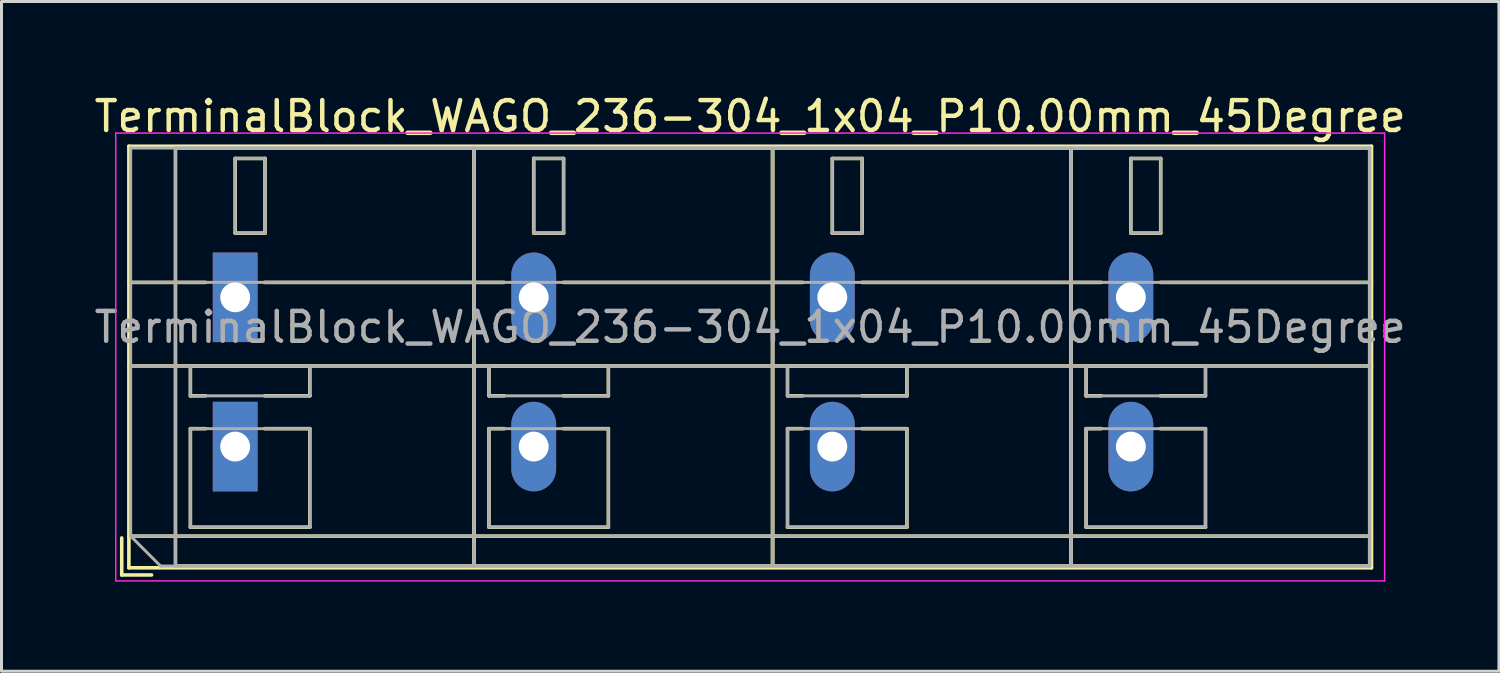
<source format=kicad_pcb>
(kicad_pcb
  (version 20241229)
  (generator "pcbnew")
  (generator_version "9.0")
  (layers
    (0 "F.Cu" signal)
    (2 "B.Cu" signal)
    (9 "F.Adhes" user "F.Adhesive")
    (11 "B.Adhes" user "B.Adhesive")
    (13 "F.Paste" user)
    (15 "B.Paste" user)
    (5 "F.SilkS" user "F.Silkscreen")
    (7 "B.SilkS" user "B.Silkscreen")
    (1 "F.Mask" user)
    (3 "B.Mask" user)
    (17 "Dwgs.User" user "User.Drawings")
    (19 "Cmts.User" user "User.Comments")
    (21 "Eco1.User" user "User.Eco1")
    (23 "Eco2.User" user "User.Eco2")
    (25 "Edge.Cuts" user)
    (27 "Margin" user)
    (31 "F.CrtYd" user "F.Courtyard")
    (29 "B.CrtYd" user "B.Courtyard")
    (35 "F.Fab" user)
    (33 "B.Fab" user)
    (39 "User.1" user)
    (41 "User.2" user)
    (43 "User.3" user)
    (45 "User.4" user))
  (footprint "TerminalBlock_WAGO_236-304_1x04_P10.00mm_45Degree"
    (layer "F.Cu")
    (at 4.827 11.908)
    (property "Reference" "TerminalBlock_WAGO_236-304_1x04_P10.00mm_45Degree" (at 17.25 -11.06 0) (layer "F.SilkS") (effects (font (size 1 1) (thickness 0.15))))
    (attr through_hole)
    (fp_line (start -3.8 3.06) (end -3.8 4.3) (stroke (width 0.12) (type solid)) (layer "F.SilkS"))
    (fp_line (start -3.8 4.3) (end -2.8 4.3) (stroke (width 0.12) (type solid)) (layer "F.SilkS"))
    (fp_line (start -3.56 -10.06) (end -3.56 4.06) (stroke (width 0.12) (type solid)) (layer "F.SilkS"))
    (fp_line (start -3.56 -10.06) (end 38.06 -10.06) (stroke (width 0.12) (type solid)) (layer "F.SilkS"))
    (fp_line (start -3.56 -5.5) (end -0.99 -5.5) (stroke (width 0.12) (type solid)) (layer "F.SilkS"))
    (fp_line (start -3.56 -2.7) (end 38.06 -2.7) (stroke (width 0.12) (type solid)) (layer "F.SilkS"))
    (fp_line (start -3.56 3) (end 38.06 3) (stroke (width 0.12) (type solid)) (layer "F.SilkS"))
    (fp_line (start -3.56 4.06) (end 38.06 4.06) (stroke (width 0.12) (type solid)) (layer "F.SilkS"))
    (fp_line (start -2 -10) (end -2 4) (stroke (width 0.12) (type solid)) (layer "F.SilkS"))
    (fp_line (start -2 -10) (end 8 -10) (stroke (width 0.12) (type solid)) (layer "F.SilkS"))
    (fp_line (start -2 4) (end 8 4) (stroke (width 0.12) (type solid)) (layer "F.SilkS"))
    (fp_line (start -1.5 -2.7) (end -1.5 -1.701) (stroke (width 0.12) (type solid)) (layer "F.SilkS"))
    (fp_line (start -1.5 -2.7) (end 2.5 -2.7) (stroke (width 0.12) (type solid)) (layer "F.SilkS"))
    (fp_line (start -1.5 -1.701) (end -0.99 -1.701) (stroke (width 0.12) (type solid)) (layer "F.SilkS"))
    (fp_line (start -1.5 -0.6) (end -1.5 2.7) (stroke (width 0.12) (type solid)) (layer "F.SilkS"))
    (fp_line (start -1.5 -0.6) (end -0.99 -0.6) (stroke (width 0.12) (type solid)) (layer "F.SilkS"))
    (fp_line (start -1.5 2.7) (end 2.5 2.7) (stroke (width 0.12) (type solid)) (layer "F.SilkS"))
    (fp_line (start 0 -9.65) (end 0 -7.15) (stroke (width 0.12) (type solid)) (layer "F.SilkS"))
    (fp_line (start 0 -9.65) (end 1 -9.65) (stroke (width 0.12) (type solid)) (layer "F.SilkS"))
    (fp_line (start 0 -7.15) (end 1 -7.15) (stroke (width 0.12) (type solid)) (layer "F.SilkS"))
    (fp_line (start 0.99 -5.5) (end 9.01 -5.5) (stroke (width 0.12) (type solid)) (layer "F.SilkS"))
    (fp_line (start 0.99 -1.701) (end 2.5 -1.701) (stroke (width 0.12) (type solid)) (layer "F.SilkS"))
    (fp_line (start 0.99 -0.6) (end 2.5 -0.6) (stroke (width 0.12) (type solid)) (layer "F.SilkS"))
    (fp_line (start 1 -9.65) (end 1 -7.15) (stroke (width 0.12) (type solid)) (layer "F.SilkS"))
    (fp_line (start 2.5 -2.7) (end 2.5 -1.701) (stroke (width 0.12) (type solid)) (layer "F.SilkS"))
    (fp_line (start 2.5 -0.6) (end 2.5 2.7) (stroke (width 0.12) (type solid)) (layer "F.SilkS"))
    (fp_line (start 8 -10) (end 8 4) (stroke (width 0.12) (type solid)) (layer "F.SilkS"))
    (fp_line (start 8 -10) (end 8 4) (stroke (width 0.12) (type solid)) (layer "F.SilkS"))
    (fp_line (start 8 -10) (end 18 -10) (stroke (width 0.12) (type solid)) (layer "F.SilkS"))
    (fp_line (start 8 4) (end 18 4) (stroke (width 0.12) (type solid)) (layer "F.SilkS"))
    (fp_line (start 8.5 -2.7) (end 8.5 -1.701) (stroke (width 0.12) (type solid)) (layer "F.SilkS"))
    (fp_line (start 8.5 -2.7) (end 12.5 -2.7) (stroke (width 0.12) (type solid)) (layer "F.SilkS"))
    (fp_line (start 8.5 -1.701) (end 9.01 -1.701) (stroke (width 0.12) (type solid)) (layer "F.SilkS"))
    (fp_line (start 8.5 -0.6) (end 8.5 2.7) (stroke (width 0.12) (type solid)) (layer "F.SilkS"))
    (fp_line (start 8.5 -0.6) (end 9.01 -0.6) (stroke (width 0.12) (type solid)) (layer "F.SilkS"))
    (fp_line (start 8.5 2.7) (end 12.5 2.7) (stroke (width 0.12) (type solid)) (layer "F.SilkS"))
    (fp_line (start 10 -9.65) (end 10 -7.15) (stroke (width 0.12) (type solid)) (layer "F.SilkS"))
    (fp_line (start 10 -9.65) (end 11 -9.65) (stroke (width 0.12) (type solid)) (layer "F.SilkS"))
    (fp_line (start 10 -7.15) (end 11 -7.15) (stroke (width 0.12) (type solid)) (layer "F.SilkS"))
    (fp_line (start 10.99 -5.5) (end 19.01 -5.5) (stroke (width 0.12) (type solid)) (layer "F.SilkS"))
    (fp_line (start 10.99 -1.701) (end 12.5 -1.701) (stroke (width 0.12) (type solid)) (layer "F.SilkS"))
    (fp_line (start 10.99 -0.6) (end 12.5 -0.6) (stroke (width 0.12) (type solid)) (layer "F.SilkS"))
    (fp_line (start 11 -9.65) (end 11 -7.15) (stroke (width 0.12) (type solid)) (layer "F.SilkS"))
    (fp_line (start 12.5 -2.7) (end 12.5 -1.701) (stroke (width 0.12) (type solid)) (layer "F.SilkS"))
    (fp_line (start 12.5 -0.6) (end 12.5 2.7) (stroke (width 0.12) (type solid)) (layer "F.SilkS"))
    (fp_line (start 18 -10) (end 18 4) (stroke (width 0.12) (type solid)) (layer "F.SilkS"))
    (fp_line (start 18 -10) (end 18 4) (stroke (width 0.12) (type solid)) (layer "F.SilkS"))
    (fp_line (start 18 -10) (end 28 -10) (stroke (width 0.12) (type solid)) (layer "F.SilkS"))
    (fp_line (start 18 4) (end 28 4) (stroke (width 0.12) (type solid)) (layer "F.SilkS"))
    (fp_line (start 18.5 -2.7) (end 18.5 -1.701) (stroke (width 0.12) (type solid)) (layer "F.SilkS"))
    (fp_line (start 18.5 -2.7) (end 22.5 -2.7) (stroke (width 0.12) (type solid)) (layer "F.SilkS"))
    (fp_line (start 18.5 -1.701) (end 19.01 -1.701) (stroke (width 0.12) (type solid)) (layer "F.SilkS"))
    (fp_line (start 18.5 -0.6) (end 18.5 2.7) (stroke (width 0.12) (type solid)) (layer "F.SilkS"))
    (fp_line (start 18.5 -0.6) (end 19.01 -0.6) (stroke (width 0.12) (type solid)) (layer "F.SilkS"))
    (fp_line (start 18.5 2.7) (end 22.5 2.7) (stroke (width 0.12) (type solid)) (layer "F.SilkS"))
    (fp_line (start 20 -9.65) (end 20 -7.15) (stroke (width 0.12) (type solid)) (layer "F.SilkS"))
    (fp_line (start 20 -9.65) (end 21 -9.65) (stroke (width 0.12) (type solid)) (layer "F.SilkS"))
    (fp_line (start 20 -7.15) (end 21 -7.15) (stroke (width 0.12) (type solid)) (layer "F.SilkS"))
    (fp_line (start 20.99 -5.5) (end 29.01 -5.5) (stroke (width 0.12) (type solid)) (layer "F.SilkS"))
    (fp_line (start 20.99 -1.701) (end 22.5 -1.701) (stroke (width 0.12) (type solid)) (layer "F.SilkS"))
    (fp_line (start 20.99 -0.6) (end 22.5 -0.6) (stroke (width 0.12) (type solid)) (layer "F.SilkS"))
    (fp_line (start 21 -9.65) (end 21 -7.15) (stroke (width 0.12) (type solid)) (layer "F.SilkS"))
    (fp_line (start 22.5 -2.7) (end 22.5 -1.701) (stroke (width 0.12) (type solid)) (layer "F.SilkS"))
    (fp_line (start 22.5 -0.6) (end 22.5 2.7) (stroke (width 0.12) (type solid)) (layer "F.SilkS"))
    (fp_line (start 28 -10) (end 28 4) (stroke (width 0.12) (type solid)) (layer "F.SilkS"))
    (fp_line (start 28 -10) (end 28 4) (stroke (width 0.12) (type solid)) (layer "F.SilkS"))
    (fp_line (start 28 -10) (end 38 -10) (stroke (width 0.12) (type solid)) (layer "F.SilkS"))
    (fp_line (start 28 4) (end 38 4) (stroke (width 0.12) (type solid)) (layer "F.SilkS"))
    (fp_line (start 28.5 -2.7) (end 28.5 -1.701) (stroke (width 0.12) (type solid)) (layer "F.SilkS"))
    (fp_line (start 28.5 -2.7) (end 32.5 -2.7) (stroke (width 0.12) (type solid)) (layer "F.SilkS"))
    (fp_line (start 28.5 -1.701) (end 29.01 -1.701) (stroke (width 0.12) (type solid)) (layer "F.SilkS"))
    (fp_line (start 28.5 -0.6) (end 28.5 2.7) (stroke (width 0.12) (type solid)) (layer "F.SilkS"))
    (fp_line (start 28.5 -0.6) (end 29.01 -0.6) (stroke (width 0.12) (type solid)) (layer "F.SilkS"))
    (fp_line (start 28.5 2.7) (end 32.5 2.7) (stroke (width 0.12) (type solid)) (layer "F.SilkS"))
    (fp_line (start 30 -9.65) (end 30 -7.15) (stroke (width 0.12) (type solid)) (layer "F.SilkS"))
    (fp_line (start 30 -9.65) (end 31 -9.65) (stroke (width 0.12) (type solid)) (layer "F.SilkS"))
    (fp_line (start 30 -7.15) (end 31 -7.15) (stroke (width 0.12) (type solid)) (layer "F.SilkS"))
    (fp_line (start 30.99 -5.5) (end 38.06 -5.5) (stroke (width 0.12) (type solid)) (layer "F.SilkS"))
    (fp_line (start 30.99 -1.701) (end 32.5 -1.701) (stroke (width 0.12) (type solid)) (layer "F.SilkS"))
    (fp_line (start 30.99 -0.6) (end 32.5 -0.6) (stroke (width 0.12) (type solid)) (layer "F.SilkS"))
    (fp_line (start 31 -9.65) (end 31 -7.15) (stroke (width 0.12) (type solid)) (layer "F.SilkS"))
    (fp_line (start 32.5 -2.7) (end 32.5 -1.701) (stroke (width 0.12) (type solid)) (layer "F.SilkS"))
    (fp_line (start 32.5 -0.6) (end 32.5 2.7) (stroke (width 0.12) (type solid)) (layer "F.SilkS"))
    (fp_line (start 38 -10) (end 38 4) (stroke (width 0.12) (type solid)) (layer "F.SilkS"))
    (fp_line (start 38.06 -10.06) (end 38.06 4.06) (stroke (width 0.12) (type solid)) (layer "F.SilkS"))
    (fp_line (start -4 -10.5) (end -4 4.5) (stroke (width 0.05) (type solid)) (layer "F.CrtYd"))
    (fp_line (start -4 4.5) (end 38.5 4.5) (stroke (width 0.05) (type solid)) (layer "F.CrtYd"))
    (fp_line (start 38.5 -10.5) (end -4 -10.5) (stroke (width 0.05) (type solid)) (layer "F.CrtYd"))
    (fp_line (start 38.5 4.5) (end 38.5 -10.5) (stroke (width 0.05) (type solid)) (layer "F.CrtYd"))
    (fp_line (start -3.5 -10) (end 38 -10) (stroke (width 0.1) (type solid)) (layer "F.Fab"))
    (fp_line (start -3.5 -5.5) (end 38 -5.5) (stroke (width 0.1) (type solid)) (layer "F.Fab"))
    (fp_line (start -3.5 -2.7) (end 38 -2.7) (stroke (width 0.1) (type solid)) (layer "F.Fab"))
    (fp_line (start -3.5 3) (end -3.5 -10) (stroke (width 0.1) (type solid)) (layer "F.Fab"))
    (fp_line (start -3.5 3) (end 38 3) (stroke (width 0.1) (type solid)) (layer "F.Fab"))
    (fp_line (start -2.5 4) (end -3.5 3) (stroke (width 0.1) (type solid)) (layer "F.Fab"))
    (fp_line (start -2 -10) (end -2 4) (stroke (width 0.1) (type solid)) (layer "F.Fab"))
    (fp_line (start -2 4) (end 8 4) (stroke (width 0.1) (type solid)) (layer "F.Fab"))
    (fp_line (start -1.5 -2.7) (end -1.5 -1.7) (stroke (width 0.1) (type solid)) (layer "F.Fab"))
    (fp_line (start -1.5 -1.7) (end 2.5 -1.7) (stroke (width 0.1) (type solid)) (layer "F.Fab"))
    (fp_line (start -1.5 -0.6) (end -1.5 2.7) (stroke (width 0.1) (type solid)) (layer "F.Fab"))
    (fp_line (start -1.5 2.7) (end 2.5 2.7) (stroke (width 0.1) (type solid)) (layer "F.Fab"))
    (fp_line (start 0 -9.65) (end 0 -7.15) (stroke (width 0.1) (type solid)) (layer "F.Fab"))
    (fp_line (start 0 -7.15) (end 1 -7.15) (stroke (width 0.1) (type solid)) (layer "F.Fab"))
    (fp_line (start 1 -9.65) (end 0 -9.65) (stroke (width 0.1) (type solid)) (layer "F.Fab"))
    (fp_line (start 1 -7.15) (end 1 -9.65) (stroke (width 0.1) (type solid)) (layer "F.Fab"))
    (fp_line (start 2.5 -2.7) (end -1.5 -2.7) (stroke (width 0.1) (type solid)) (layer "F.Fab"))
    (fp_line (start 2.5 -1.7) (end 2.5 -2.7) (stroke (width 0.1) (type solid)) (layer "F.Fab"))
    (fp_line (start 2.5 -0.6) (end -1.5 -0.6) (stroke (width 0.1) (type solid)) (layer "F.Fab"))
    (fp_line (start 2.5 2.7) (end 2.5 -0.6) (stroke (width 0.1) (type solid)) (layer "F.Fab"))
    (fp_line (start 8 -10) (end -2 -10) (stroke (width 0.1) (type solid)) (layer "F.Fab"))
    (fp_line (start 8 -10) (end 8 4) (stroke (width 0.1) (type solid)) (layer "F.Fab"))
    (fp_line (start 8 4) (end 8 -10) (stroke (width 0.1) (type solid)) (layer "F.Fab"))
    (fp_line (start 8 4) (end 18 4) (stroke (width 0.1) (type solid)) (layer "F.Fab"))
    (fp_line (start 8.5 -2.7) (end 8.5 -1.7) (stroke (width 0.1) (type solid)) (layer "F.Fab"))
    (fp_line (start 8.5 -1.7) (end 12.5 -1.7) (stroke (width 0.1) (type solid)) (layer "F.Fab"))
    (fp_line (start 8.5 -0.6) (end 8.5 2.7) (stroke (width 0.1) (type solid)) (layer "F.Fab"))
    (fp_line (start 8.5 2.7) (end 12.5 2.7) (stroke (width 0.1) (type solid)) (layer "F.Fab"))
    (fp_line (start 10 -9.65) (end 10 -7.15) (stroke (width 0.1) (type solid)) (layer "F.Fab"))
    (fp_line (start 10 -7.15) (end 11 -7.15) (stroke (width 0.1) (type solid)) (layer "F.Fab"))
    (fp_line (start 11 -9.65) (end 10 -9.65) (stroke (width 0.1) (type solid)) (layer "F.Fab"))
    (fp_line (start 11 -7.15) (end 11 -9.65) (stroke (width 0.1) (type solid)) (layer "F.Fab"))
    (fp_line (start 12.5 -2.7) (end 8.5 -2.7) (stroke (width 0.1) (type solid)) (layer "F.Fab"))
    (fp_line (start 12.5 -1.7) (end 12.5 -2.7) (stroke (width 0.1) (type solid)) (layer "F.Fab"))
    (fp_line (start 12.5 -0.6) (end 8.5 -0.6) (stroke (width 0.1) (type solid)) (layer "F.Fab"))
    (fp_line (start 12.5 2.7) (end 12.5 -0.6) (stroke (width 0.1) (type solid)) (layer "F.Fab"))
    (fp_line (start 18 -10) (end 8 -10) (stroke (width 0.1) (type solid)) (layer "F.Fab"))
    (fp_line (start 18 -10) (end 18 4) (stroke (width 0.1) (type solid)) (layer "F.Fab"))
    (fp_line (start 18 4) (end 18 -10) (stroke (width 0.1) (type solid)) (layer "F.Fab"))
    (fp_line (start 18 4) (end 28 4) (stroke (width 0.1) (type solid)) (layer "F.Fab"))
    (fp_line (start 18.5 -2.7) (end 18.5 -1.7) (stroke (width 0.1) (type solid)) (layer "F.Fab"))
    (fp_line (start 18.5 -1.7) (end 22.5 -1.7) (stroke (width 0.1) (type solid)) (layer "F.Fab"))
    (fp_line (start 18.5 -0.6) (end 18.5 2.7) (stroke (width 0.1) (type solid)) (layer "F.Fab"))
    (fp_line (start 18.5 2.7) (end 22.5 2.7) (stroke (width 0.1) (type solid)) (layer "F.Fab"))
    (fp_line (start 20 -9.65) (end 20 -7.15) (stroke (width 0.1) (type solid)) (layer "F.Fab"))
    (fp_line (start 20 -7.15) (end 21 -7.15) (stroke (width 0.1) (type solid)) (layer "F.Fab"))
    (fp_line (start 21 -9.65) (end 20 -9.65) (stroke (width 0.1) (type solid)) (layer "F.Fab"))
    (fp_line (start 21 -7.15) (end 21 -9.65) (stroke (width 0.1) (type solid)) (layer "F.Fab"))
    (fp_line (start 22.5 -2.7) (end 18.5 -2.7) (stroke (width 0.1) (type solid)) (layer "F.Fab"))
    (fp_line (start 22.5 -1.7) (end 22.5 -2.7) (stroke (width 0.1) (type solid)) (layer "F.Fab"))
    (fp_line (start 22.5 -0.6) (end 18.5 -0.6) (stroke (width 0.1) (type solid)) (layer "F.Fab"))
    (fp_line (start 22.5 2.7) (end 22.5 -0.6) (stroke (width 0.1) (type solid)) (layer "F.Fab"))
    (fp_line (start 28 -10) (end 18 -10) (stroke (width 0.1) (type solid)) (layer "F.Fab"))
    (fp_line (start 28 -10) (end 28 4) (stroke (width 0.1) (type solid)) (layer "F.Fab"))
    (fp_line (start 28 4) (end 28 -10) (stroke (width 0.1) (type solid)) (layer "F.Fab"))
    (fp_line (start 28 4) (end 38 4) (stroke (width 0.1) (type solid)) (layer "F.Fab"))
    (fp_line (start 28.5 -2.7) (end 28.5 -1.7) (stroke (width 0.1) (type solid)) (layer "F.Fab"))
    (fp_line (start 28.5 -1.7) (end 32.5 -1.7) (stroke (width 0.1) (type solid)) (layer "F.Fab"))
    (fp_line (start 28.5 -0.6) (end 28.5 2.7) (stroke (width 0.1) (type solid)) (layer "F.Fab"))
    (fp_line (start 28.5 2.7) (end 32.5 2.7) (stroke (width 0.1) (type solid)) (layer "F.Fab"))
    (fp_line (start 30 -9.65) (end 30 -7.15) (stroke (width 0.1) (type solid)) (layer "F.Fab"))
    (fp_line (start 30 -7.15) (end 31 -7.15) (stroke (width 0.1) (type solid)) (layer "F.Fab"))
    (fp_line (start 31 -9.65) (end 30 -9.65) (stroke (width 0.1) (type solid)) (layer "F.Fab"))
    (fp_line (start 31 -7.15) (end 31 -9.65) (stroke (width 0.1) (type solid)) (layer "F.Fab"))
    (fp_line (start 32.5 -2.7) (end 28.5 -2.7) (stroke (width 0.1) (type solid)) (layer "F.Fab"))
    (fp_line (start 32.5 -1.7) (end 32.5 -2.7) (stroke (width 0.1) (type solid)) (layer "F.Fab"))
    (fp_line (start 32.5 -0.6) (end 28.5 -0.6) (stroke (width 0.1) (type solid)) (layer "F.Fab"))
    (fp_line (start 32.5 2.7) (end 32.5 -0.6) (stroke (width 0.1) (type solid)) (layer "F.Fab"))
    (fp_line (start 38 -10) (end 28 -10) (stroke (width 0.1) (type solid)) (layer "F.Fab"))
    (fp_line (start 38 -10) (end 38 4) (stroke (width 0.1) (type solid)) (layer "F.Fab"))
    (fp_line (start 38 4) (end -2.5 4) (stroke (width 0.1) (type solid)) (layer "F.Fab"))
    (fp_line (start 38 4) (end 38 -10) (stroke (width 0.1) (type solid)) (layer "F.Fab"))
    (fp_text user "${REFERENCE}" (at 17.25 -4 0) (layer "F.Fab") (effects (font (size 1 1) (thickness 0.15))))
    (pad "1" thru_hole rect (at 0 -5) (size 1.5 3) (drill 1) (layers "*.Cu" "*.Mask"))
    (pad "1" thru_hole rect (at 0 0) (size 1.5 3) (drill 1) (layers "*.Cu" "*.Mask"))
    (pad "2" thru_hole oval (at 10 -5) (size 1.5 3) (drill 1) (layers "*.Cu" "*.Mask"))
    (pad "2" thru_hole oval (at 10 0) (size 1.5 3) (drill 1) (layers "*.Cu" "*.Mask"))
    (pad "3" thru_hole oval (at 20 -5) (size 1.5 3) (drill 1) (layers "*.Cu" "*.Mask"))
    (pad "3" thru_hole oval (at 20 0) (size 1.5 3) (drill 1) (layers "*.Cu" "*.Mask"))
    (pad "4" thru_hole oval (at 30 -5) (size 1.5 3) (drill 1) (layers "*.Cu" "*.Mask"))
    (pad "4" thru_hole oval (at 30 0) (size 1.5 3) (drill 1) (layers "*.Cu" "*.Mask")))
  (gr_rect
    (start -3 -3)
    (end 47.155 19.433)
    (stroke (width 0.1) (type default))
    (fill no)
    (layer "Edge.Cuts")))
</source>
